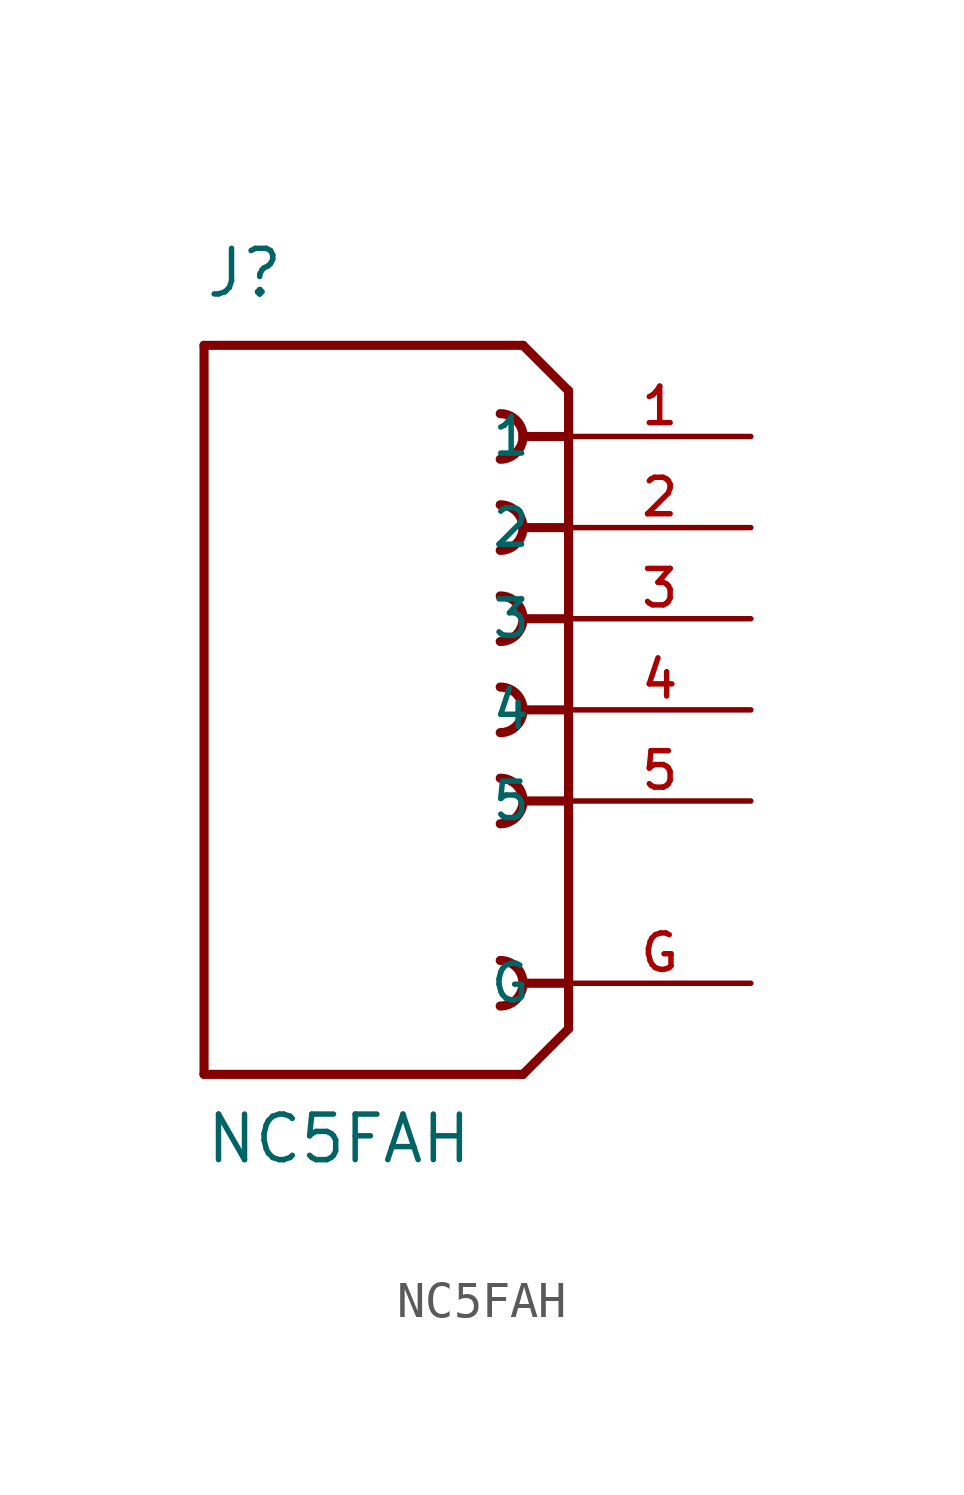
<source format=kicad_sym>
(kicad_symbol_lib
  (version 20211014)
  (generator kicad_symbol_editor)
  (symbol "NC5FAH"
    (pin_names
      (offset 1.016))
    (property "Reference" "J"
      (at -10.16 11.43 0)
      (effects (font (size 1.27 1.27)) (justify bottom left)))
    (property "Value" "NC5FAH"
      (at -10.16 -12.7 0)
      (effects (font (size 1.27 1.27)) (justify bottom left)))
    (symbol "NC5FAH_0_0"
      (polyline (pts (xy 0.0 8.89) (xy -1.27 10.16)) (stroke (width 0.254)))
      (polyline (pts (xy 0.0 8.89) (xy 0.0 7.62)) (stroke (width 0.254)))
      (polyline (pts (xy 0.0 7.62) (xy 0.0 -8.89)) (stroke (width 0.254)))
      (polyline (pts (xy 0.0 -8.89) (xy -1.27 -10.16)) (stroke (width 0.254)))
      (polyline (pts (xy -1.27 -10.16) (xy -10.16 -10.16)) (stroke (width 0.254)))
      (polyline (pts (xy -10.16 -10.16) (xy -10.16 10.16)) (stroke (width 0.254)))
      (polyline (pts (xy -10.16 10.16) (xy -1.27 10.16)) (stroke (width 0.254)))
      (polyline (pts (xy 0.0 7.62) (xy -1.27 7.62)) (stroke (width 0.254)))
      (arc (start -1.905 6.985) (mid -1.27 7.62) (end -1.905 8.255) (stroke (width 0.254) (type default) (color 0 0 0 0)) (fill (type none)))
      (polyline (pts (xy 0.0 5.08) (xy -1.27 5.08)) (stroke (width 0.254)))
      (arc (start -1.905 4.445) (mid -1.27 5.08) (end -1.905 5.715) (stroke (width 0.254) (type default) (color 0 0 0 0)) (fill (type none)))
      (polyline (pts (xy 0.0 2.54) (xy -1.27 2.54)) (stroke (width 0.254)))
      (arc (start -1.905 1.905) (mid -1.27 2.54) (end -1.905 3.175) (stroke (width 0.254) (type default) (color 0 0 0 0)) (fill (type none)))
      (polyline (pts (xy 0.0 0.0) (xy -1.27 0.0)) (stroke (width 0.254)))
      (arc (start -1.905 -0.635) (mid -1.27 0.0) (end -1.905 0.635) (stroke (width 0.254) (type default) (color 0 0 0 0)) (fill (type none)))
      (polyline (pts (xy 0.0 -2.54) (xy -1.27 -2.54)) (stroke (width 0.254)))
      (arc (start -1.905 -3.175) (mid -1.27 -2.54) (end -1.905 -1.905) (stroke (width 0.254) (type default) (color 0 0 0 0)) (fill (type none)))
      (polyline (pts (xy 0.0 -7.62) (xy -1.27 -7.62)) (stroke (width 0.254)))
      (arc (start -1.905 -8.255) (mid -1.27 -7.62) (end -1.905 -6.985) (stroke (width 0.254) (type default) (color 0 0 0 0)) (fill (type none)))
      (pin passive line (at 5.08 7.62 180.0) (length 5.08) (name "1" (effects (font (size 1.016 1.016)))) (number "1" (effects (font (size 1.016 1.016)))))
      (pin passive line (at 5.08 5.08 180.0) (length 5.08) (name "2" (effects (font (size 1.016 1.016)))) (number "2" (effects (font (size 1.016 1.016)))))
      (pin passive line (at 5.08 2.54 180.0) (length 5.08) (name "3" (effects (font (size 1.016 1.016)))) (number "3" (effects (font (size 1.016 1.016)))))
      (pin passive line (at 5.08 0.0 180.0) (length 5.08) (name "4" (effects (font (size 1.016 1.016)))) (number "4" (effects (font (size 1.016 1.016)))))
      (pin passive line (at 5.08 -2.54 180.0) (length 5.08) (name "5" (effects (font (size 1.016 1.016)))) (number "5" (effects (font (size 1.016 1.016)))))
      (pin power_in line (at 5.08 -7.62 180.0) (length 5.08) (name "G" (effects (font (size 1.016 1.016)))) (number "G" (effects (font (size 1.016 1.016))))))))
</source>
